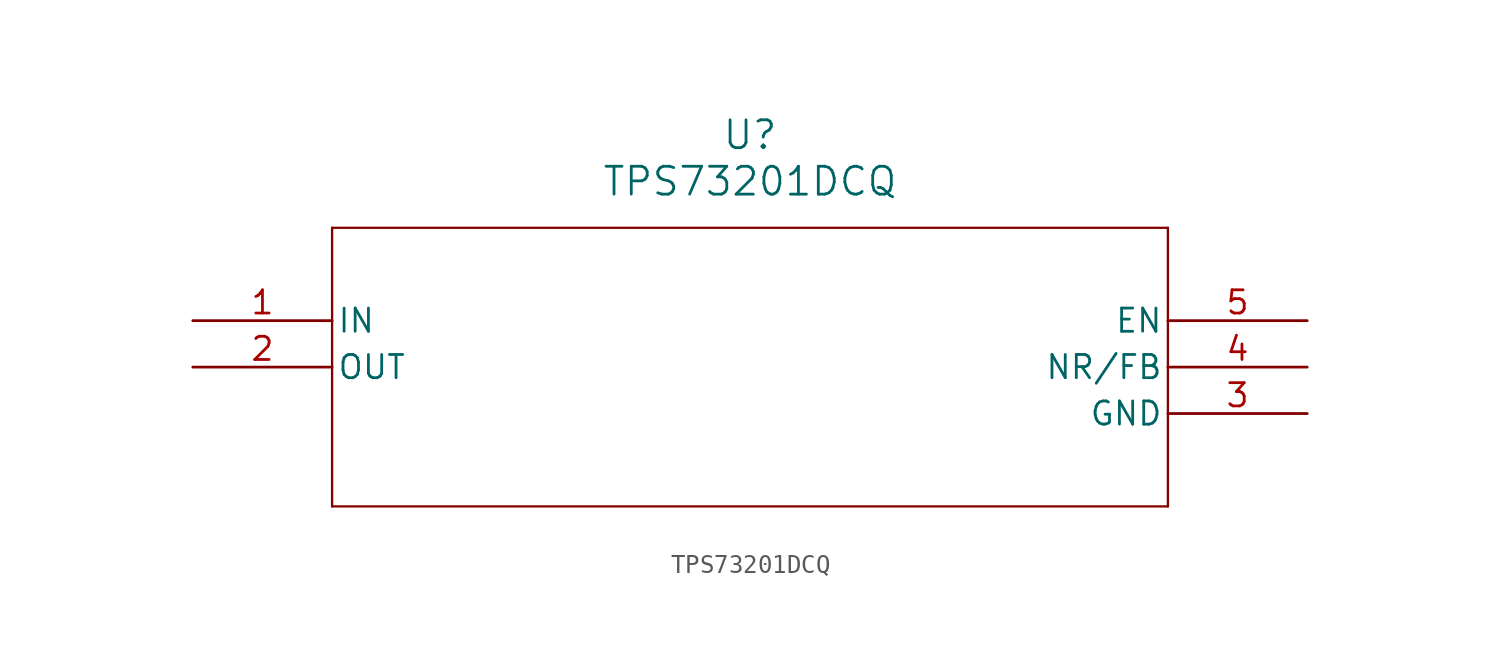
<source format=kicad_sym>
(kicad_symbol_lib
  (version 20211014)
  (generator kicad_symbol_editor)
  (symbol "TPS73201DCQ"
    (pin_names
      (offset 0.254))
    (property "Reference" "U"
      (at 30.48 10.16 0)
      (effects (font (size 1.524 1.524))))
    (property "Value" "TPS73201DCQ"
      (at 30.48 7.62 0)
      (effects (font (size 1.524 1.524))))
    (symbol "TPS73201DCQ_0_1"
      (polyline (pts (xy 7.62 5.08) (xy 7.62 -10.16)) (stroke (width 0.127) (type default) (color 0 0 0 0)) (fill (type none)))
      (polyline (pts (xy 7.62 -10.16) (xy 53.34 -10.16)) (stroke (width 0.127) (type default) (color 0 0 0 0)) (fill (type none)))
      (polyline (pts (xy 53.34 -10.16) (xy 53.34 5.08)) (stroke (width 0.127) (type default) (color 0 0 0 0)) (fill (type none)))
      (polyline (pts (xy 53.34 5.08) (xy 7.62 5.08)) (stroke (width 0.127) (type default) (color 0 0 0 0)) (fill (type none)))
      (pin input line (at 0 0 0) (length 7.62) (name "IN" (effects (font (size 1.27 1.27)))) (number "1" (effects (font (size 1.27 1.27)))))
      (pin output line (at 0 -2.54 0) (length 7.62) (name "OUT" (effects (font (size 1.27 1.27)))) (number "2" (effects (font (size 1.27 1.27)))))
      (pin power_in line (at 60.96 -5.08 180) (length 7.62) (name "GND" (effects (font (size 1.27 1.27)))) (number "3" (effects (font (size 1.27 1.27)))))
      (pin bidirectional line (at 60.96 -2.54 180) (length 7.62) (name "NR/FB" (effects (font (size 1.27 1.27)))) (number "4" (effects (font (size 1.27 1.27)))))
      (pin input line (at 60.96 0 180) (length 7.62) (name "EN" (effects (font (size 1.27 1.27)))) (number "5" (effects (font (size 1.27 1.27))))))))
</source>
